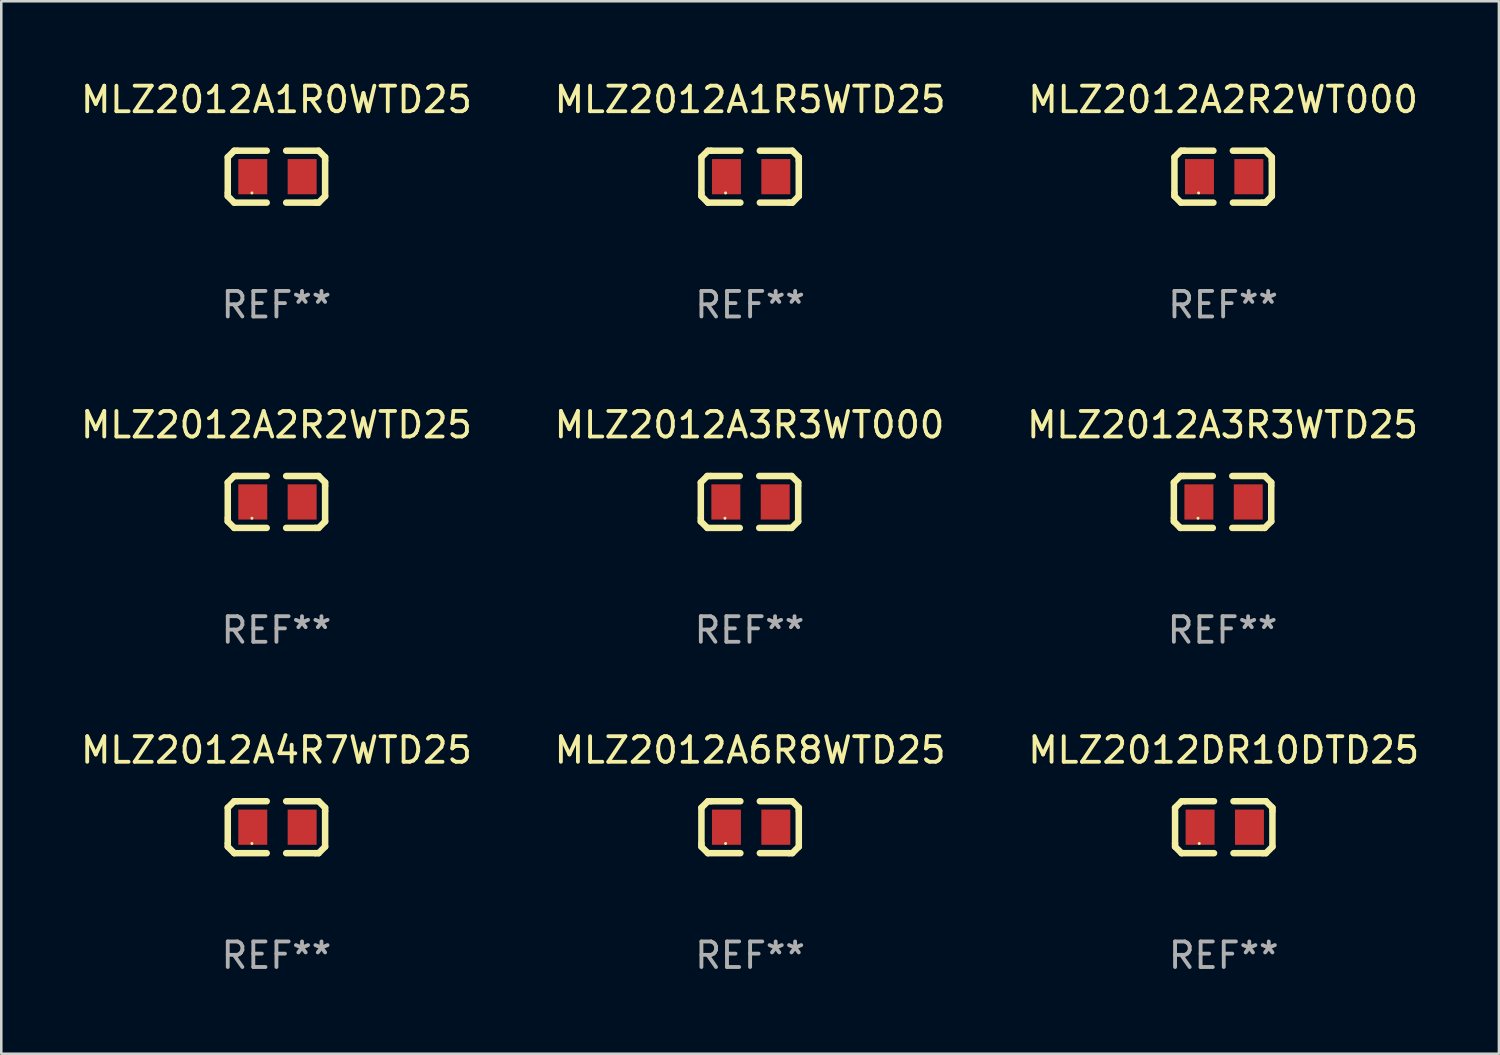
<source format=kicad_pcb>
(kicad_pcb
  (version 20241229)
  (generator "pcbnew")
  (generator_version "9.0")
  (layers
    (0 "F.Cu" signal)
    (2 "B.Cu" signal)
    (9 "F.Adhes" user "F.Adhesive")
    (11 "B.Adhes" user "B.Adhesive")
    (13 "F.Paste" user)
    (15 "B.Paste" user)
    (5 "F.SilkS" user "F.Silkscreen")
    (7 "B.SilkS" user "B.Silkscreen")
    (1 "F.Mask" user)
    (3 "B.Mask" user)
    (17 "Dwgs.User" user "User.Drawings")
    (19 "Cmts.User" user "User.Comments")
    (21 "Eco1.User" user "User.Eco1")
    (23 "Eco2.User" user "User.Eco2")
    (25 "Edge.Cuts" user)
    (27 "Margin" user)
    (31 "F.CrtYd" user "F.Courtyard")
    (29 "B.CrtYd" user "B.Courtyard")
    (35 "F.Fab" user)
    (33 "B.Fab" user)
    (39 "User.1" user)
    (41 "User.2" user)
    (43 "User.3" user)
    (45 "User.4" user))
  (footprint "MLZ2012A6R8WTD25"
    (layer "F.Cu")
    (at 26.304 29.321)
    (property "Reference" "MLZ2012A6R8WTD25" (at 0 -3.016 0) (layer "F.SilkS") (effects (font (size 1 1) (thickness 0.15))))
    (attr through_hole)
    (fp_line (start -1.905 -0.762) (end -1.905 0.635) (stroke (width 0.254) (type solid)) (layer "F.SilkS"))
    (fp_line (start -1.905 0.635) (end -1.905 0.762) (stroke (width 0.254) (type solid)) (layer "F.SilkS"))
    (fp_line (start -1.905 0.762) (end -1.651 1.016) (stroke (width 0.254) (type solid)) (layer "F.SilkS"))
    (fp_line (start -1.651 -1.016) (end -1.905 -0.762) (stroke (width 0.254) (type solid)) (layer "F.SilkS"))
    (fp_line (start -1.651 1.016) (end -0.381 1.016) (stroke (width 0.254) (type solid)) (layer "F.SilkS"))
    (fp_line (start -1.524 -1.016) (end -1.651 -1.016) (stroke (width 0.254) (type solid)) (layer "F.SilkS"))
    (fp_line (start -0.381 -1.016) (end -1.524 -1.016) (stroke (width 0.254) (type solid)) (layer "F.SilkS"))
    (fp_line (start 0.381 1.016) (end 1.524 1.016) (stroke (width 0.254) (type solid)) (layer "F.SilkS"))
    (fp_line (start 1.524 1.016) (end 1.651 1.016) (stroke (width 0.254) (type solid)) (layer "F.SilkS"))
    (fp_line (start 1.651 -1.016) (end 0.381 -1.016) (stroke (width 0.254) (type solid)) (layer "F.SilkS"))
    (fp_line (start 1.651 1.016) (end 1.905 0.762) (stroke (width 0.254) (type solid)) (layer "F.SilkS"))
    (fp_line (start 1.905 -0.762) (end 1.651 -1.016) (stroke (width 0.254) (type solid)) (layer "F.SilkS"))
    (fp_line (start 1.905 -0.635) (end 1.905 -0.762) (stroke (width 0.254) (type solid)) (layer "F.SilkS"))
    (fp_line (start 1.905 0.762) (end 1.905 -0.635) (stroke (width 0.254) (type solid)) (layer "F.SilkS"))
    (fp_circle (center -0.96 0.637) (end -0.93 0.637) (stroke (width 0.06) (type solid)) (fill no) (layer "F.SilkS"))
    (fp_text user "REF**" (at 0 5.016 0) (layer "F.Fab") (effects (font (size 1 1) (thickness 0.15))))
    (pad "1" smd rect (at -0.926 -0.000051) (size 1.133 1.377) (layers "F.Cu" "F.Mask" "F.Paste"))
    (pad "2" smd rect (at 1.006 -0.000051) (size 1.133 1.377) (layers "F.Cu" "F.Mask" "F.Paste")))
  (footprint "MLZ2012A4R7WTD25"
    (layer "F.Cu")
    (at 7.768 29.321)
    (property "Reference" "MLZ2012A4R7WTD25" (at 0 -3.016 0) (layer "F.SilkS") (effects (font (size 1 1) (thickness 0.15))))
    (attr through_hole)
    (fp_line (start -1.905 -0.762) (end -1.905 0.635) (stroke (width 0.254) (type solid)) (layer "F.SilkS"))
    (fp_line (start -1.905 0.635) (end -1.905 0.762) (stroke (width 0.254) (type solid)) (layer "F.SilkS"))
    (fp_line (start -1.905 0.762) (end -1.651 1.016) (stroke (width 0.254) (type solid)) (layer "F.SilkS"))
    (fp_line (start -1.651 -1.016) (end -1.905 -0.762) (stroke (width 0.254) (type solid)) (layer "F.SilkS"))
    (fp_line (start -1.651 1.016) (end -0.381 1.016) (stroke (width 0.254) (type solid)) (layer "F.SilkS"))
    (fp_line (start -1.524 -1.016) (end -1.651 -1.016) (stroke (width 0.254) (type solid)) (layer "F.SilkS"))
    (fp_line (start -0.381 -1.016) (end -1.524 -1.016) (stroke (width 0.254) (type solid)) (layer "F.SilkS"))
    (fp_line (start 0.381 1.016) (end 1.524 1.016) (stroke (width 0.254) (type solid)) (layer "F.SilkS"))
    (fp_line (start 1.524 1.016) (end 1.651 1.016) (stroke (width 0.254) (type solid)) (layer "F.SilkS"))
    (fp_line (start 1.651 -1.016) (end 0.381 -1.016) (stroke (width 0.254) (type solid)) (layer "F.SilkS"))
    (fp_line (start 1.651 1.016) (end 1.905 0.762) (stroke (width 0.254) (type solid)) (layer "F.SilkS"))
    (fp_line (start 1.905 -0.762) (end 1.651 -1.016) (stroke (width 0.254) (type solid)) (layer "F.SilkS"))
    (fp_line (start 1.905 -0.635) (end 1.905 -0.762) (stroke (width 0.254) (type solid)) (layer "F.SilkS"))
    (fp_line (start 1.905 0.762) (end 1.905 -0.635) (stroke (width 0.254) (type solid)) (layer "F.SilkS"))
    (fp_circle (center -0.96 0.637) (end -0.93 0.637) (stroke (width 0.06) (type solid)) (fill no) (layer "F.SilkS"))
    (fp_text user "REF**" (at 0 5.016 0) (layer "F.Fab") (effects (font (size 1 1) (thickness 0.15))))
    (pad "1" smd rect (at -0.926 -0.000051) (size 1.133 1.377) (layers "F.Cu" "F.Mask" "F.Paste"))
    (pad "2" smd rect (at 1.006 -0.000051) (size 1.133 1.377) (layers "F.Cu" "F.Mask" "F.Paste")))
  (footprint "MLZ2012DR10DTD25"
    (layer "F.Cu")
    (at 44.839 29.321)
    (property "Reference" "MLZ2012DR10DTD25" (at 0 -3.016 0) (layer "F.SilkS") (effects (font (size 1 1) (thickness 0.15))))
    (attr through_hole)
    (fp_line (start -1.905 -0.762) (end -1.905 0.635) (stroke (width 0.254) (type solid)) (layer "F.SilkS"))
    (fp_line (start -1.905 0.635) (end -1.905 0.762) (stroke (width 0.254) (type solid)) (layer "F.SilkS"))
    (fp_line (start -1.905 0.762) (end -1.651 1.016) (stroke (width 0.254) (type solid)) (layer "F.SilkS"))
    (fp_line (start -1.651 -1.016) (end -1.905 -0.762) (stroke (width 0.254) (type solid)) (layer "F.SilkS"))
    (fp_line (start -1.651 1.016) (end -0.381 1.016) (stroke (width 0.254) (type solid)) (layer "F.SilkS"))
    (fp_line (start -1.524 -1.016) (end -1.651 -1.016) (stroke (width 0.254) (type solid)) (layer "F.SilkS"))
    (fp_line (start -0.381 -1.016) (end -1.524 -1.016) (stroke (width 0.254) (type solid)) (layer "F.SilkS"))
    (fp_line (start 0.381 1.016) (end 1.524 1.016) (stroke (width 0.254) (type solid)) (layer "F.SilkS"))
    (fp_line (start 1.524 1.016) (end 1.651 1.016) (stroke (width 0.254) (type solid)) (layer "F.SilkS"))
    (fp_line (start 1.651 -1.016) (end 0.381 -1.016) (stroke (width 0.254) (type solid)) (layer "F.SilkS"))
    (fp_line (start 1.651 1.016) (end 1.905 0.762) (stroke (width 0.254) (type solid)) (layer "F.SilkS"))
    (fp_line (start 1.905 -0.762) (end 1.651 -1.016) (stroke (width 0.254) (type solid)) (layer "F.SilkS"))
    (fp_line (start 1.905 -0.635) (end 1.905 -0.762) (stroke (width 0.254) (type solid)) (layer "F.SilkS"))
    (fp_line (start 1.905 0.762) (end 1.905 -0.635) (stroke (width 0.254) (type solid)) (layer "F.SilkS"))
    (fp_circle (center -0.96 0.637) (end -0.93 0.637) (stroke (width 0.06) (type solid)) (fill no) (layer "F.SilkS"))
    (fp_text user "REF**" (at 0 5.016 0) (layer "F.Fab") (effects (font (size 1 1) (thickness 0.15))))
    (pad "1" smd rect (at -0.926 -0.000051) (size 1.133 1.377) (layers "F.Cu" "F.Mask" "F.Paste"))
    (pad "2" smd rect (at 1.006 -0.000051) (size 1.133 1.377) (layers "F.Cu" "F.Mask" "F.Paste")))
  (footprint "MLZ2012A2R2WT000"
    (layer "F.Cu")
    (at 44.815 3.864)
    (property "Reference" "MLZ2012A2R2WT000" (at 0 -3.016 0) (layer "F.SilkS") (effects (font (size 1 1) (thickness 0.15))))
    (attr through_hole)
    (fp_line (start -1.905 -0.762) (end -1.905 0.635) (stroke (width 0.254) (type solid)) (layer "F.SilkS"))
    (fp_line (start -1.905 0.635) (end -1.905 0.762) (stroke (width 0.254) (type solid)) (layer "F.SilkS"))
    (fp_line (start -1.905 0.762) (end -1.651 1.016) (stroke (width 0.254) (type solid)) (layer "F.SilkS"))
    (fp_line (start -1.651 -1.016) (end -1.905 -0.762) (stroke (width 0.254) (type solid)) (layer "F.SilkS"))
    (fp_line (start -1.651 1.016) (end -0.381 1.016) (stroke (width 0.254) (type solid)) (layer "F.SilkS"))
    (fp_line (start -1.524 -1.016) (end -1.651 -1.016) (stroke (width 0.254) (type solid)) (layer "F.SilkS"))
    (fp_line (start -0.381 -1.016) (end -1.524 -1.016) (stroke (width 0.254) (type solid)) (layer "F.SilkS"))
    (fp_line (start 0.381 1.016) (end 1.524 1.016) (stroke (width 0.254) (type solid)) (layer "F.SilkS"))
    (fp_line (start 1.524 1.016) (end 1.651 1.016) (stroke (width 0.254) (type solid)) (layer "F.SilkS"))
    (fp_line (start 1.651 -1.016) (end 0.381 -1.016) (stroke (width 0.254) (type solid)) (layer "F.SilkS"))
    (fp_line (start 1.651 1.016) (end 1.905 0.762) (stroke (width 0.254) (type solid)) (layer "F.SilkS"))
    (fp_line (start 1.905 -0.762) (end 1.651 -1.016) (stroke (width 0.254) (type solid)) (layer "F.SilkS"))
    (fp_line (start 1.905 -0.635) (end 1.905 -0.762) (stroke (width 0.254) (type solid)) (layer "F.SilkS"))
    (fp_line (start 1.905 0.762) (end 1.905 -0.635) (stroke (width 0.254) (type solid)) (layer "F.SilkS"))
    (fp_circle (center -0.96 0.637) (end -0.93 0.637) (stroke (width 0.06) (type solid)) (fill no) (layer "F.SilkS"))
    (fp_text user "REF**" (at 0 5.016 0) (layer "F.Fab") (effects (font (size 1 1) (thickness 0.15))))
    (pad "1" smd rect (at -0.926 -0.000051) (size 1.133 1.377) (layers "F.Cu" "F.Mask" "F.Paste"))
    (pad "2" smd rect (at 1.006 -0.000051) (size 1.133 1.377) (layers "F.Cu" "F.Mask" "F.Paste")))
  (footprint "MLZ2012A1R5WTD25"
    (layer "F.Cu")
    (at 26.304 3.864)
    (property "Reference" "MLZ2012A1R5WTD25" (at 0 -3.016 0) (layer "F.SilkS") (effects (font (size 1 1) (thickness 0.15))))
    (attr through_hole)
    (fp_line (start -1.905 -0.762) (end -1.905 0.635) (stroke (width 0.254) (type solid)) (layer "F.SilkS"))
    (fp_line (start -1.905 0.635) (end -1.905 0.762) (stroke (width 0.254) (type solid)) (layer "F.SilkS"))
    (fp_line (start -1.905 0.762) (end -1.651 1.016) (stroke (width 0.254) (type solid)) (layer "F.SilkS"))
    (fp_line (start -1.651 -1.016) (end -1.905 -0.762) (stroke (width 0.254) (type solid)) (layer "F.SilkS"))
    (fp_line (start -1.651 1.016) (end -0.381 1.016) (stroke (width 0.254) (type solid)) (layer "F.SilkS"))
    (fp_line (start -1.524 -1.016) (end -1.651 -1.016) (stroke (width 0.254) (type solid)) (layer "F.SilkS"))
    (fp_line (start -0.381 -1.016) (end -1.524 -1.016) (stroke (width 0.254) (type solid)) (layer "F.SilkS"))
    (fp_line (start 0.381 1.016) (end 1.524 1.016) (stroke (width 0.254) (type solid)) (layer "F.SilkS"))
    (fp_line (start 1.524 1.016) (end 1.651 1.016) (stroke (width 0.254) (type solid)) (layer "F.SilkS"))
    (fp_line (start 1.651 -1.016) (end 0.381 -1.016) (stroke (width 0.254) (type solid)) (layer "F.SilkS"))
    (fp_line (start 1.651 1.016) (end 1.905 0.762) (stroke (width 0.254) (type solid)) (layer "F.SilkS"))
    (fp_line (start 1.905 -0.762) (end 1.651 -1.016) (stroke (width 0.254) (type solid)) (layer "F.SilkS"))
    (fp_line (start 1.905 -0.635) (end 1.905 -0.762) (stroke (width 0.254) (type solid)) (layer "F.SilkS"))
    (fp_line (start 1.905 0.762) (end 1.905 -0.635) (stroke (width 0.254) (type solid)) (layer "F.SilkS"))
    (fp_circle (center -0.96 0.637) (end -0.93 0.637) (stroke (width 0.06) (type solid)) (fill no) (layer "F.SilkS"))
    (fp_text user "REF**" (at 0 5.016 0) (layer "F.Fab") (effects (font (size 1 1) (thickness 0.15))))
    (pad "1" smd rect (at -0.926 -0.000051) (size 1.133 1.377) (layers "F.Cu" "F.Mask" "F.Paste"))
    (pad "2" smd rect (at 1.006 -0.000051) (size 1.133 1.377) (layers "F.Cu" "F.Mask" "F.Paste")))
  (footprint "MLZ2012A3R3WT000"
    (layer "F.Cu")
    (at 26.28 16.593)
    (property "Reference" "MLZ2012A3R3WT000" (at 0 -3.016 0) (layer "F.SilkS") (effects (font (size 1 1) (thickness 0.15))))
    (attr through_hole)
    (fp_line (start -1.905 -0.762) (end -1.905 0.635) (stroke (width 0.254) (type solid)) (layer "F.SilkS"))
    (fp_line (start -1.905 0.635) (end -1.905 0.762) (stroke (width 0.254) (type solid)) (layer "F.SilkS"))
    (fp_line (start -1.905 0.762) (end -1.651 1.016) (stroke (width 0.254) (type solid)) (layer "F.SilkS"))
    (fp_line (start -1.651 -1.016) (end -1.905 -0.762) (stroke (width 0.254) (type solid)) (layer "F.SilkS"))
    (fp_line (start -1.651 1.016) (end -0.381 1.016) (stroke (width 0.254) (type solid)) (layer "F.SilkS"))
    (fp_line (start -1.524 -1.016) (end -1.651 -1.016) (stroke (width 0.254) (type solid)) (layer "F.SilkS"))
    (fp_line (start -0.381 -1.016) (end -1.524 -1.016) (stroke (width 0.254) (type solid)) (layer "F.SilkS"))
    (fp_line (start 0.381 1.016) (end 1.524 1.016) (stroke (width 0.254) (type solid)) (layer "F.SilkS"))
    (fp_line (start 1.524 1.016) (end 1.651 1.016) (stroke (width 0.254) (type solid)) (layer "F.SilkS"))
    (fp_line (start 1.651 -1.016) (end 0.381 -1.016) (stroke (width 0.254) (type solid)) (layer "F.SilkS"))
    (fp_line (start 1.651 1.016) (end 1.905 0.762) (stroke (width 0.254) (type solid)) (layer "F.SilkS"))
    (fp_line (start 1.905 -0.762) (end 1.651 -1.016) (stroke (width 0.254) (type solid)) (layer "F.SilkS"))
    (fp_line (start 1.905 -0.635) (end 1.905 -0.762) (stroke (width 0.254) (type solid)) (layer "F.SilkS"))
    (fp_line (start 1.905 0.762) (end 1.905 -0.635) (stroke (width 0.254) (type solid)) (layer "F.SilkS"))
    (fp_circle (center -0.96 0.637) (end -0.93 0.637) (stroke (width 0.06) (type solid)) (fill no) (layer "F.SilkS"))
    (fp_text user "REF**" (at 0 5.016 0) (layer "F.Fab") (effects (font (size 1 1) (thickness 0.15))))
    (pad "1" smd rect (at -0.926 -0.000051) (size 1.133 1.377) (layers "F.Cu" "F.Mask" "F.Paste"))
    (pad "2" smd rect (at 1.006 -0.000051) (size 1.133 1.377) (layers "F.Cu" "F.Mask" "F.Paste")))
  (footprint "MLZ2012A2R2WTD25"
    (layer "F.Cu")
    (at 7.768 16.593)
    (property "Reference" "MLZ2012A2R2WTD25" (at 0 -3.016 0) (layer "F.SilkS") (effects (font (size 1 1) (thickness 0.15))))
    (attr through_hole)
    (fp_line (start -1.905 -0.762) (end -1.905 0.635) (stroke (width 0.254) (type solid)) (layer "F.SilkS"))
    (fp_line (start -1.905 0.635) (end -1.905 0.762) (stroke (width 0.254) (type solid)) (layer "F.SilkS"))
    (fp_line (start -1.905 0.762) (end -1.651 1.016) (stroke (width 0.254) (type solid)) (layer "F.SilkS"))
    (fp_line (start -1.651 -1.016) (end -1.905 -0.762) (stroke (width 0.254) (type solid)) (layer "F.SilkS"))
    (fp_line (start -1.651 1.016) (end -0.381 1.016) (stroke (width 0.254) (type solid)) (layer "F.SilkS"))
    (fp_line (start -1.524 -1.016) (end -1.651 -1.016) (stroke (width 0.254) (type solid)) (layer "F.SilkS"))
    (fp_line (start -0.381 -1.016) (end -1.524 -1.016) (stroke (width 0.254) (type solid)) (layer "F.SilkS"))
    (fp_line (start 0.381 1.016) (end 1.524 1.016) (stroke (width 0.254) (type solid)) (layer "F.SilkS"))
    (fp_line (start 1.524 1.016) (end 1.651 1.016) (stroke (width 0.254) (type solid)) (layer "F.SilkS"))
    (fp_line (start 1.651 -1.016) (end 0.381 -1.016) (stroke (width 0.254) (type solid)) (layer "F.SilkS"))
    (fp_line (start 1.651 1.016) (end 1.905 0.762) (stroke (width 0.254) (type solid)) (layer "F.SilkS"))
    (fp_line (start 1.905 -0.762) (end 1.651 -1.016) (stroke (width 0.254) (type solid)) (layer "F.SilkS"))
    (fp_line (start 1.905 -0.635) (end 1.905 -0.762) (stroke (width 0.254) (type solid)) (layer "F.SilkS"))
    (fp_line (start 1.905 0.762) (end 1.905 -0.635) (stroke (width 0.254) (type solid)) (layer "F.SilkS"))
    (fp_circle (center -0.96 0.637) (end -0.93 0.637) (stroke (width 0.06) (type solid)) (fill no) (layer "F.SilkS"))
    (fp_text user "REF**" (at 0 5.016 0) (layer "F.Fab") (effects (font (size 1 1) (thickness 0.15))))
    (pad "1" smd rect (at -0.926 -0.000051) (size 1.133 1.377) (layers "F.Cu" "F.Mask" "F.Paste"))
    (pad "2" smd rect (at 1.006 -0.000051) (size 1.133 1.377) (layers "F.Cu" "F.Mask" "F.Paste")))
  (footprint "MLZ2012A3R3WTD25"
    (layer "F.Cu")
    (at 44.792 16.593)
    (property "Reference" "MLZ2012A3R3WTD25" (at 0 -3.016 0) (layer "F.SilkS") (effects (font (size 1 1) (thickness 0.15))))
    (attr through_hole)
    (fp_line (start -1.905 -0.762) (end -1.905 0.635) (stroke (width 0.254) (type solid)) (layer "F.SilkS"))
    (fp_line (start -1.905 0.635) (end -1.905 0.762) (stroke (width 0.254) (type solid)) (layer "F.SilkS"))
    (fp_line (start -1.905 0.762) (end -1.651 1.016) (stroke (width 0.254) (type solid)) (layer "F.SilkS"))
    (fp_line (start -1.651 -1.016) (end -1.905 -0.762) (stroke (width 0.254) (type solid)) (layer "F.SilkS"))
    (fp_line (start -1.651 1.016) (end -0.381 1.016) (stroke (width 0.254) (type solid)) (layer "F.SilkS"))
    (fp_line (start -1.524 -1.016) (end -1.651 -1.016) (stroke (width 0.254) (type solid)) (layer "F.SilkS"))
    (fp_line (start -0.381 -1.016) (end -1.524 -1.016) (stroke (width 0.254) (type solid)) (layer "F.SilkS"))
    (fp_line (start 0.381 1.016) (end 1.524 1.016) (stroke (width 0.254) (type solid)) (layer "F.SilkS"))
    (fp_line (start 1.524 1.016) (end 1.651 1.016) (stroke (width 0.254) (type solid)) (layer "F.SilkS"))
    (fp_line (start 1.651 -1.016) (end 0.381 -1.016) (stroke (width 0.254) (type solid)) (layer "F.SilkS"))
    (fp_line (start 1.651 1.016) (end 1.905 0.762) (stroke (width 0.254) (type solid)) (layer "F.SilkS"))
    (fp_line (start 1.905 -0.762) (end 1.651 -1.016) (stroke (width 0.254) (type solid)) (layer "F.SilkS"))
    (fp_line (start 1.905 -0.635) (end 1.905 -0.762) (stroke (width 0.254) (type solid)) (layer "F.SilkS"))
    (fp_line (start 1.905 0.762) (end 1.905 -0.635) (stroke (width 0.254) (type solid)) (layer "F.SilkS"))
    (fp_circle (center -0.96 0.637) (end -0.93 0.637) (stroke (width 0.06) (type solid)) (fill no) (layer "F.SilkS"))
    (fp_text user "REF**" (at 0 5.016 0) (layer "F.Fab") (effects (font (size 1 1) (thickness 0.15))))
    (pad "1" smd rect (at -0.926 -0.000051) (size 1.133 1.377) (layers "F.Cu" "F.Mask" "F.Paste"))
    (pad "2" smd rect (at 1.006 -0.000051) (size 1.133 1.377) (layers "F.Cu" "F.Mask" "F.Paste")))
  (footprint "MLZ2012A1R0WTD25"
    (layer "F.Cu")
    (at 7.768 3.864)
    (property "Reference" "MLZ2012A1R0WTD25" (at 0 -3.016 0) (layer "F.SilkS") (effects (font (size 1 1) (thickness 0.15))))
    (attr through_hole)
    (fp_line (start -1.905 -0.762) (end -1.905 0.635) (stroke (width 0.254) (type solid)) (layer "F.SilkS"))
    (fp_line (start -1.905 0.635) (end -1.905 0.762) (stroke (width 0.254) (type solid)) (layer "F.SilkS"))
    (fp_line (start -1.905 0.762) (end -1.651 1.016) (stroke (width 0.254) (type solid)) (layer "F.SilkS"))
    (fp_line (start -1.651 -1.016) (end -1.905 -0.762) (stroke (width 0.254) (type solid)) (layer "F.SilkS"))
    (fp_line (start -1.651 1.016) (end -0.381 1.016) (stroke (width 0.254) (type solid)) (layer "F.SilkS"))
    (fp_line (start -1.524 -1.016) (end -1.651 -1.016) (stroke (width 0.254) (type solid)) (layer "F.SilkS"))
    (fp_line (start -0.381 -1.016) (end -1.524 -1.016) (stroke (width 0.254) (type solid)) (layer "F.SilkS"))
    (fp_line (start 0.381 1.016) (end 1.524 1.016) (stroke (width 0.254) (type solid)) (layer "F.SilkS"))
    (fp_line (start 1.524 1.016) (end 1.651 1.016) (stroke (width 0.254) (type solid)) (layer "F.SilkS"))
    (fp_line (start 1.651 -1.016) (end 0.381 -1.016) (stroke (width 0.254) (type solid)) (layer "F.SilkS"))
    (fp_line (start 1.651 1.016) (end 1.905 0.762) (stroke (width 0.254) (type solid)) (layer "F.SilkS"))
    (fp_line (start 1.905 -0.762) (end 1.651 -1.016) (stroke (width 0.254) (type solid)) (layer "F.SilkS"))
    (fp_line (start 1.905 -0.635) (end 1.905 -0.762) (stroke (width 0.254) (type solid)) (layer "F.SilkS"))
    (fp_line (start 1.905 0.762) (end 1.905 -0.635) (stroke (width 0.254) (type solid)) (layer "F.SilkS"))
    (fp_circle (center -0.96 0.637) (end -0.93 0.637) (stroke (width 0.06) (type solid)) (fill no) (layer "F.SilkS"))
    (fp_text user "REF**" (at 0 5.016 0) (layer "F.Fab") (effects (font (size 1 1) (thickness 0.15))))
    (pad "1" smd rect (at -0.926 -0.000051) (size 1.133 1.377) (layers "F.Cu" "F.Mask" "F.Paste"))
    (pad "2" smd rect (at 1.006 -0.000051) (size 1.133 1.377) (layers "F.Cu" "F.Mask" "F.Paste")))
  (gr_rect
    (start -3 -3)
    (end 55.607 38.186)
    (stroke (width 0.1) (type default))
    (fill no)
    (layer "Edge.Cuts")))
</source>
